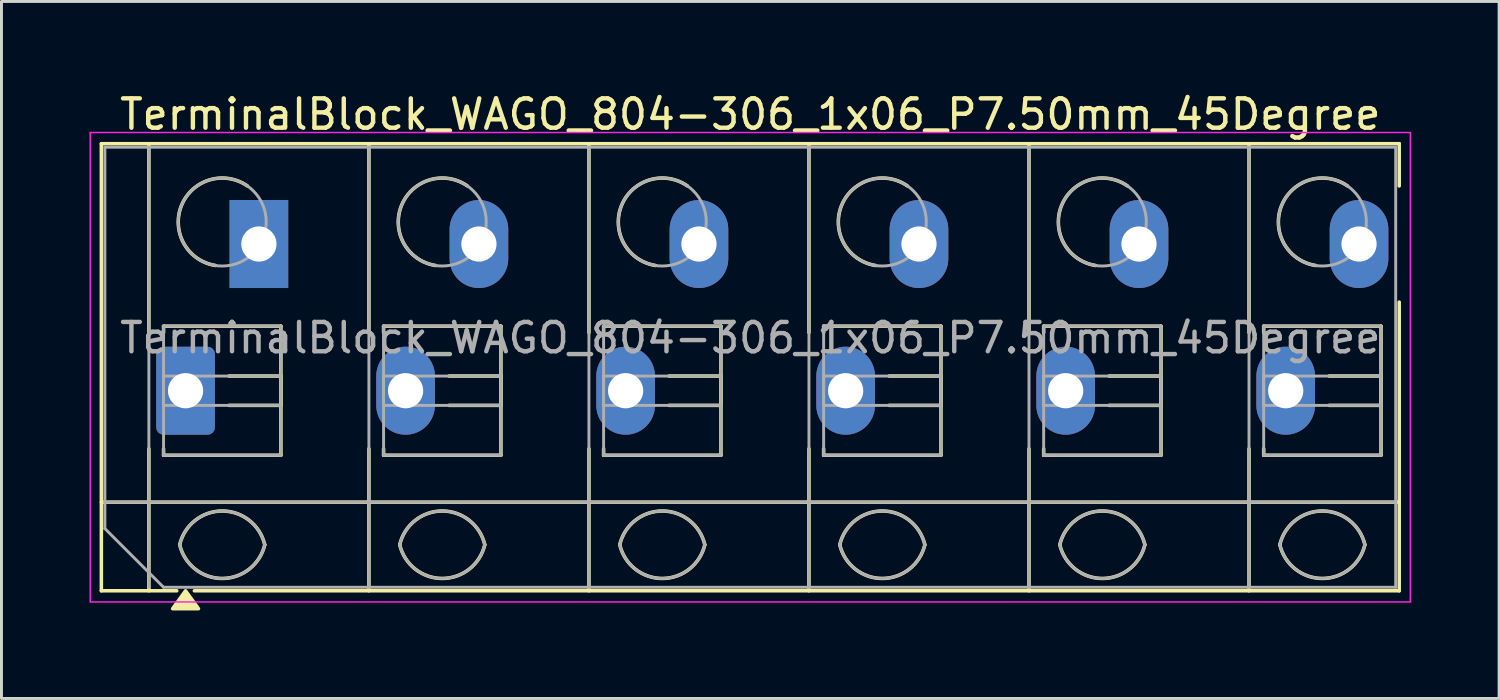
<source format=kicad_pcb>
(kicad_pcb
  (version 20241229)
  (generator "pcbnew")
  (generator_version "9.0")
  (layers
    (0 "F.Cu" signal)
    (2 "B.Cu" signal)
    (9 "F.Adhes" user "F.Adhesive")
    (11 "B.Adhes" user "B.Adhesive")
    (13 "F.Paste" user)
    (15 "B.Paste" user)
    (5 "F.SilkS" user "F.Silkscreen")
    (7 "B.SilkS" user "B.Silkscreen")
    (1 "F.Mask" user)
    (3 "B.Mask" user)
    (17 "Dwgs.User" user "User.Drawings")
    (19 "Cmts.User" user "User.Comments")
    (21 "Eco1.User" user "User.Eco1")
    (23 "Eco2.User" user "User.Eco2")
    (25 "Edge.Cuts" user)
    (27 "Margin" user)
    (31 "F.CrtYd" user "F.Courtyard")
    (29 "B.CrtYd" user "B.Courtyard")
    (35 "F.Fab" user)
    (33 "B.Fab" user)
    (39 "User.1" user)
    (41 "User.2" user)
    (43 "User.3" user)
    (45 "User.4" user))
  (footprint "TerminalBlock_WAGO_804-306_1x06_P7.50mm_45Degree"
    (layer "F.Cu")
    (at 3.275 10.268)
    (property "Reference" "TerminalBlock_WAGO_804-306_1x06_P7.50mm_45Degree" (at 19.25 -9.42 0) (layer "F.SilkS") (effects (font (size 1 1) (thickness 0.15))))
    (attr through_hole)
    (fp_line (start -2.87 -8.42) (end -2.87 6.82) (stroke (width 0.12) (type solid)) (layer "F.SilkS"))
    (fp_line (start -2.87 -8.42) (end 41.37 -8.42) (stroke (width 0.12) (type solid)) (layer "F.SilkS"))
    (fp_line (start -2.87 3.8) (end 41.37 3.8) (stroke (width 0.12) (type solid)) (layer "F.SilkS"))
    (fp_line (start -2.87 6.82) (end -0.3 6.82) (stroke (width 0.12) (type solid)) (layer "F.SilkS"))
    (fp_line (start -1.25 -8.42) (end -1.25 -1.98) (stroke (width 0.12) (type solid)) (layer "F.SilkS"))
    (fp_line (start -1.25 1.98) (end -1.25 6.82) (stroke (width 0.12) (type solid)) (layer "F.SilkS"))
    (fp_line (start -0.75 -2.2) (end -0.75 -1.98) (stroke (width 0.12) (type solid)) (layer "F.SilkS"))
    (fp_line (start -0.75 -2.2) (end 3.25 -2.2) (stroke (width 0.12) (type solid)) (layer "F.SilkS"))
    (fp_line (start -0.75 1.98) (end -0.75 2.2) (stroke (width 0.12) (type solid)) (layer "F.SilkS"))
    (fp_line (start -0.75 2.2) (end 3.25 2.2) (stroke (width 0.12) (type solid)) (layer "F.SilkS"))
    (fp_line (start 0.3 6.82) (end 41.37 6.82) (stroke (width 0.12) (type solid)) (layer "F.SilkS"))
    (fp_line (start 1.48 -0.5) (end 3.25 -0.5) (stroke (width 0.12) (type solid)) (layer "F.SilkS"))
    (fp_line (start 1.48 0.5) (end 3.25 0.5) (stroke (width 0.12) (type solid)) (layer "F.SilkS"))
    (fp_line (start 3.25 -2.2) (end 3.25 2.2) (stroke (width 0.12) (type solid)) (layer "F.SilkS"))
    (fp_line (start 3.25 -0.5) (end 3.25 0.5) (stroke (width 0.12) (type solid)) (layer "F.SilkS"))
    (fp_line (start 6.25 -8.42) (end 6.25 -1.98) (stroke (width 0.12) (type solid)) (layer "F.SilkS"))
    (fp_line (start 6.25 1.98) (end 6.25 6.82) (stroke (width 0.12) (type solid)) (layer "F.SilkS"))
    (fp_line (start 6.75 -2.2) (end 6.75 -1.98) (stroke (width 0.12) (type solid)) (layer "F.SilkS"))
    (fp_line (start 6.75 -2.2) (end 10.75 -2.2) (stroke (width 0.12) (type solid)) (layer "F.SilkS"))
    (fp_line (start 6.75 1.98) (end 6.75 2.2) (stroke (width 0.12) (type solid)) (layer "F.SilkS"))
    (fp_line (start 6.75 2.2) (end 10.75 2.2) (stroke (width 0.12) (type solid)) (layer "F.SilkS"))
    (fp_line (start 8.98 -0.5) (end 10.75 -0.5) (stroke (width 0.12) (type solid)) (layer "F.SilkS"))
    (fp_line (start 8.98 0.5) (end 10.75 0.5) (stroke (width 0.12) (type solid)) (layer "F.SilkS"))
    (fp_line (start 10.75 -2.2) (end 10.75 2.2) (stroke (width 0.12) (type solid)) (layer "F.SilkS"))
    (fp_line (start 10.75 -0.5) (end 10.75 0.5) (stroke (width 0.12) (type solid)) (layer "F.SilkS"))
    (fp_line (start 13.75 -8.42) (end 13.75 -1.98) (stroke (width 0.12) (type solid)) (layer "F.SilkS"))
    (fp_line (start 13.75 1.98) (end 13.75 6.82) (stroke (width 0.12) (type solid)) (layer "F.SilkS"))
    (fp_line (start 14.25 -2.2) (end 14.25 -1.98) (stroke (width 0.12) (type solid)) (layer "F.SilkS"))
    (fp_line (start 14.25 -2.2) (end 18.25 -2.2) (stroke (width 0.12) (type solid)) (layer "F.SilkS"))
    (fp_line (start 14.25 1.98) (end 14.25 2.2) (stroke (width 0.12) (type solid)) (layer "F.SilkS"))
    (fp_line (start 14.25 2.2) (end 18.25 2.2) (stroke (width 0.12) (type solid)) (layer "F.SilkS"))
    (fp_line (start 16.48 -0.5) (end 18.25 -0.5) (stroke (width 0.12) (type solid)) (layer "F.SilkS"))
    (fp_line (start 16.48 0.5) (end 18.25 0.5) (stroke (width 0.12) (type solid)) (layer "F.SilkS"))
    (fp_line (start 18.25 -2.2) (end 18.25 2.2) (stroke (width 0.12) (type solid)) (layer "F.SilkS"))
    (fp_line (start 18.25 -0.5) (end 18.25 0.5) (stroke (width 0.12) (type solid)) (layer "F.SilkS"))
    (fp_line (start 21.25 -8.42) (end 21.25 -1.98) (stroke (width 0.12) (type solid)) (layer "F.SilkS"))
    (fp_line (start 21.25 1.98) (end 21.25 6.82) (stroke (width 0.12) (type solid)) (layer "F.SilkS"))
    (fp_line (start 21.75 -2.2) (end 21.75 -1.98) (stroke (width 0.12) (type solid)) (layer "F.SilkS"))
    (fp_line (start 21.75 -2.2) (end 25.75 -2.2) (stroke (width 0.12) (type solid)) (layer "F.SilkS"))
    (fp_line (start 21.75 1.98) (end 21.75 2.2) (stroke (width 0.12) (type solid)) (layer "F.SilkS"))
    (fp_line (start 21.75 2.2) (end 25.75 2.2) (stroke (width 0.12) (type solid)) (layer "F.SilkS"))
    (fp_line (start 23.98 -0.5) (end 25.75 -0.5) (stroke (width 0.12) (type solid)) (layer "F.SilkS"))
    (fp_line (start 23.98 0.5) (end 25.75 0.5) (stroke (width 0.12) (type solid)) (layer "F.SilkS"))
    (fp_line (start 25.75 -2.2) (end 25.75 2.2) (stroke (width 0.12) (type solid)) (layer "F.SilkS"))
    (fp_line (start 25.75 -0.5) (end 25.75 0.5) (stroke (width 0.12) (type solid)) (layer "F.SilkS"))
    (fp_line (start 28.75 -8.42) (end 28.75 -1.98) (stroke (width 0.12) (type solid)) (layer "F.SilkS"))
    (fp_line (start 28.75 1.98) (end 28.75 6.82) (stroke (width 0.12) (type solid)) (layer "F.SilkS"))
    (fp_line (start 29.25 -2.2) (end 29.25 -1.98) (stroke (width 0.12) (type solid)) (layer "F.SilkS"))
    (fp_line (start 29.25 -2.2) (end 33.25 -2.2) (stroke (width 0.12) (type solid)) (layer "F.SilkS"))
    (fp_line (start 29.25 1.98) (end 29.25 2.2) (stroke (width 0.12) (type solid)) (layer "F.SilkS"))
    (fp_line (start 29.25 2.2) (end 33.25 2.2) (stroke (width 0.12) (type solid)) (layer "F.SilkS"))
    (fp_line (start 31.48 -0.5) (end 33.25 -0.5) (stroke (width 0.12) (type solid)) (layer "F.SilkS"))
    (fp_line (start 31.48 0.5) (end 33.25 0.5) (stroke (width 0.12) (type solid)) (layer "F.SilkS"))
    (fp_line (start 33.25 -2.2) (end 33.25 2.2) (stroke (width 0.12) (type solid)) (layer "F.SilkS"))
    (fp_line (start 33.25 -0.5) (end 33.25 0.5) (stroke (width 0.12) (type solid)) (layer "F.SilkS"))
    (fp_line (start 36.25 -8.42) (end 36.25 -1.98) (stroke (width 0.12) (type solid)) (layer "F.SilkS"))
    (fp_line (start 36.25 1.98) (end 36.25 6.82) (stroke (width 0.12) (type solid)) (layer "F.SilkS"))
    (fp_line (start 36.75 -2.2) (end 36.75 -1.98) (stroke (width 0.12) (type solid)) (layer "F.SilkS"))
    (fp_line (start 36.75 -2.2) (end 40.75 -2.2) (stroke (width 0.12) (type solid)) (layer "F.SilkS"))
    (fp_line (start 36.75 1.98) (end 36.75 2.2) (stroke (width 0.12) (type solid)) (layer "F.SilkS"))
    (fp_line (start 36.75 2.2) (end 40.75 2.2) (stroke (width 0.12) (type solid)) (layer "F.SilkS"))
    (fp_line (start 38.98 -0.5) (end 40.75 -0.5) (stroke (width 0.12) (type solid)) (layer "F.SilkS"))
    (fp_line (start 38.98 0.5) (end 40.75 0.5) (stroke (width 0.12) (type solid)) (layer "F.SilkS"))
    (fp_line (start 40.75 -2.2) (end 40.75 2.2) (stroke (width 0.12) (type solid)) (layer "F.SilkS"))
    (fp_line (start 40.75 -0.5) (end 40.75 0.5) (stroke (width 0.12) (type solid)) (layer "F.SilkS"))
    (fp_line (start 41.37 -8.42) (end 41.37 -6.98) (stroke (width 0.12) (type solid)) (layer "F.SilkS"))
    (fp_line (start 41.37 -3.02) (end 41.37 6.82) (stroke (width 0.12) (type solid)) (layer "F.SilkS"))
    (fp_arc (start -0.199942 5.249753) (mid 1.250127 4.099899) (end 2.7 5.25) (stroke (width 0.12) (type solid)) (layer "F.SilkS"))
    (fp_arc (start 1.02 -4.268) (mid -0.141815 -6.308637) (end 2.10843 -6.979765) (stroke (width 0.12) (type solid)) (layer "F.SilkS"))
    (fp_arc (start 2.7 5.25) (mid 1.250127 6.400101) (end -0.199942 5.250247) (stroke (width 0.12) (type solid)) (layer "F.SilkS"))
    (fp_arc (start 7.300058 5.249753) (mid 8.750127 4.099899) (end 10.2 5.25) (stroke (width 0.12) (type solid)) (layer "F.SilkS"))
    (fp_arc (start 8.52 -4.268) (mid 7.358185 -6.308637) (end 9.60843 -6.979765) (stroke (width 0.12) (type solid)) (layer "F.SilkS"))
    (fp_arc (start 10.2 5.25) (mid 8.750127 6.400101) (end 7.300058 5.250247) (stroke (width 0.12) (type solid)) (layer "F.SilkS"))
    (fp_arc (start 14.800058 5.249753) (mid 16.250127 4.099899) (end 17.7 5.25) (stroke (width 0.12) (type solid)) (layer "F.SilkS"))
    (fp_arc (start 16.02 -4.268) (mid 14.858185 -6.308637) (end 17.10843 -6.979765) (stroke (width 0.12) (type solid)) (layer "F.SilkS"))
    (fp_arc (start 17.7 5.25) (mid 16.250127 6.400101) (end 14.800058 5.250247) (stroke (width 0.12) (type solid)) (layer "F.SilkS"))
    (fp_arc (start 22.300058 5.249753) (mid 23.750127 4.099899) (end 25.2 5.25) (stroke (width 0.12) (type solid)) (layer "F.SilkS"))
    (fp_arc (start 23.52 -4.268) (mid 22.358185 -6.308637) (end 24.60843 -6.979765) (stroke (width 0.12) (type solid)) (layer "F.SilkS"))
    (fp_arc (start 25.2 5.25) (mid 23.750127 6.400101) (end 22.300058 5.250247) (stroke (width 0.12) (type solid)) (layer "F.SilkS"))
    (fp_arc (start 29.800058 5.249753) (mid 31.250127 4.099899) (end 32.7 5.25) (stroke (width 0.12) (type solid)) (layer "F.SilkS"))
    (fp_arc (start 31.02 -4.268) (mid 29.858185 -6.308637) (end 32.10843 -6.979765) (stroke (width 0.12) (type solid)) (layer "F.SilkS"))
    (fp_arc (start 32.7 5.25) (mid 31.250127 6.400101) (end 29.800058 5.250247) (stroke (width 0.12) (type solid)) (layer "F.SilkS"))
    (fp_arc (start 37.300058 5.249753) (mid 38.750127 4.099899) (end 40.2 5.25) (stroke (width 0.12) (type solid)) (layer "F.SilkS"))
    (fp_arc (start 38.52 -4.268) (mid 37.358185 -6.308637) (end 39.60843 -6.979765) (stroke (width 0.12) (type solid)) (layer "F.SilkS"))
    (fp_arc (start 40.2 5.25) (mid 38.750127 6.400101) (end 37.300058 5.250247) (stroke (width 0.12) (type solid)) (layer "F.SilkS"))
    (fp_poly (pts (xy 0 6.82) (xy 0.44 7.43) (xy -0.44 7.43)) (stroke (width 0.12) (type solid)) (fill yes) (layer "F.SilkS"))
    (fp_line (start -3.25 -8.8) (end -3.25 7.2) (stroke (width 0.05) (type solid)) (layer "F.CrtYd"))
    (fp_line (start -3.25 7.2) (end 41.75 7.2) (stroke (width 0.05) (type solid)) (layer "F.CrtYd"))
    (fp_line (start 41.75 -8.8) (end -3.25 -8.8) (stroke (width 0.05) (type solid)) (layer "F.CrtYd"))
    (fp_line (start 41.75 7.2) (end 41.75 -8.8) (stroke (width 0.05) (type solid)) (layer "F.CrtYd"))
    (fp_line (start -2.75 -8.3) (end 41.25 -8.3) (stroke (width 0.1) (type solid)) (layer "F.Fab"))
    (fp_line (start -2.75 3.8) (end 41.25 3.8) (stroke (width 0.1) (type solid)) (layer "F.Fab"))
    (fp_line (start -2.75 4.7) (end -2.75 -8.3) (stroke (width 0.1) (type solid)) (layer "F.Fab"))
    (fp_line (start -1.25 -8.3) (end -1.25 6.7) (stroke (width 0.1) (type solid)) (layer "F.Fab"))
    (fp_line (start -0.75 -2.2) (end -0.75 2.2) (stroke (width 0.1) (type solid)) (layer "F.Fab"))
    (fp_line (start -0.75 -0.5) (end -0.75 0.5) (stroke (width 0.1) (type solid)) (layer "F.Fab"))
    (fp_line (start -0.75 0.5) (end 3.25 0.5) (stroke (width 0.1) (type solid)) (layer "F.Fab"))
    (fp_line (start -0.75 2.2) (end 3.25 2.2) (stroke (width 0.1) (type solid)) (layer "F.Fab"))
    (fp_line (start -0.75 6.7) (end -2.75 4.7) (stroke (width 0.1) (type solid)) (layer "F.Fab"))
    (fp_line (start 3.25 -2.2) (end -0.75 -2.2) (stroke (width 0.1) (type solid)) (layer "F.Fab"))
    (fp_line (start 3.25 -0.5) (end -0.75 -0.5) (stroke (width 0.1) (type solid)) (layer "F.Fab"))
    (fp_line (start 3.25 0.5) (end 3.25 -0.5) (stroke (width 0.1) (type solid)) (layer "F.Fab"))
    (fp_line (start 3.25 2.2) (end 3.25 -2.2) (stroke (width 0.1) (type solid)) (layer "F.Fab"))
    (fp_line (start 6.25 -8.3) (end 6.25 6.7) (stroke (width 0.1) (type solid)) (layer "F.Fab"))
    (fp_line (start 6.75 -2.2) (end 6.75 2.2) (stroke (width 0.1) (type solid)) (layer "F.Fab"))
    (fp_line (start 6.75 -0.5) (end 6.75 0.5) (stroke (width 0.1) (type solid)) (layer "F.Fab"))
    (fp_line (start 6.75 0.5) (end 10.75 0.5) (stroke (width 0.1) (type solid)) (layer "F.Fab"))
    (fp_line (start 6.75 2.2) (end 10.75 2.2) (stroke (width 0.1) (type solid)) (layer "F.Fab"))
    (fp_line (start 10.75 -2.2) (end 6.75 -2.2) (stroke (width 0.1) (type solid)) (layer "F.Fab"))
    (fp_line (start 10.75 -0.5) (end 6.75 -0.5) (stroke (width 0.1) (type solid)) (layer "F.Fab"))
    (fp_line (start 10.75 0.5) (end 10.75 -0.5) (stroke (width 0.1) (type solid)) (layer "F.Fab"))
    (fp_line (start 10.75 2.2) (end 10.75 -2.2) (stroke (width 0.1) (type solid)) (layer "F.Fab"))
    (fp_line (start 13.75 -8.3) (end 13.75 6.7) (stroke (width 0.1) (type solid)) (layer "F.Fab"))
    (fp_line (start 14.25 -2.2) (end 14.25 2.2) (stroke (width 0.1) (type solid)) (layer "F.Fab"))
    (fp_line (start 14.25 -0.5) (end 14.25 0.5) (stroke (width 0.1) (type solid)) (layer "F.Fab"))
    (fp_line (start 14.25 0.5) (end 18.25 0.5) (stroke (width 0.1) (type solid)) (layer "F.Fab"))
    (fp_line (start 14.25 2.2) (end 18.25 2.2) (stroke (width 0.1) (type solid)) (layer "F.Fab"))
    (fp_line (start 18.25 -2.2) (end 14.25 -2.2) (stroke (width 0.1) (type solid)) (layer "F.Fab"))
    (fp_line (start 18.25 -0.5) (end 14.25 -0.5) (stroke (width 0.1) (type solid)) (layer "F.Fab"))
    (fp_line (start 18.25 0.5) (end 18.25 -0.5) (stroke (width 0.1) (type solid)) (layer "F.Fab"))
    (fp_line (start 18.25 2.2) (end 18.25 -2.2) (stroke (width 0.1) (type solid)) (layer "F.Fab"))
    (fp_line (start 21.25 -8.3) (end 21.25 6.7) (stroke (width 0.1) (type solid)) (layer "F.Fab"))
    (fp_line (start 21.75 -2.2) (end 21.75 2.2) (stroke (width 0.1) (type solid)) (layer "F.Fab"))
    (fp_line (start 21.75 -0.5) (end 21.75 0.5) (stroke (width 0.1) (type solid)) (layer "F.Fab"))
    (fp_line (start 21.75 0.5) (end 25.75 0.5) (stroke (width 0.1) (type solid)) (layer "F.Fab"))
    (fp_line (start 21.75 2.2) (end 25.75 2.2) (stroke (width 0.1) (type solid)) (layer "F.Fab"))
    (fp_line (start 25.75 -2.2) (end 21.75 -2.2) (stroke (width 0.1) (type solid)) (layer "F.Fab"))
    (fp_line (start 25.75 -0.5) (end 21.75 -0.5) (stroke (width 0.1) (type solid)) (layer "F.Fab"))
    (fp_line (start 25.75 0.5) (end 25.75 -0.5) (stroke (width 0.1) (type solid)) (layer "F.Fab"))
    (fp_line (start 25.75 2.2) (end 25.75 -2.2) (stroke (width 0.1) (type solid)) (layer "F.Fab"))
    (fp_line (start 28.75 -8.3) (end 28.75 6.7) (stroke (width 0.1) (type solid)) (layer "F.Fab"))
    (fp_line (start 29.25 -2.2) (end 29.25 2.2) (stroke (width 0.1) (type solid)) (layer "F.Fab"))
    (fp_line (start 29.25 -0.5) (end 29.25 0.5) (stroke (width 0.1) (type solid)) (layer "F.Fab"))
    (fp_line (start 29.25 0.5) (end 33.25 0.5) (stroke (width 0.1) (type solid)) (layer "F.Fab"))
    (fp_line (start 29.25 2.2) (end 33.25 2.2) (stroke (width 0.1) (type solid)) (layer "F.Fab"))
    (fp_line (start 33.25 -2.2) (end 29.25 -2.2) (stroke (width 0.1) (type solid)) (layer "F.Fab"))
    (fp_line (start 33.25 -0.5) (end 29.25 -0.5) (stroke (width 0.1) (type solid)) (layer "F.Fab"))
    (fp_line (start 33.25 0.5) (end 33.25 -0.5) (stroke (width 0.1) (type solid)) (layer "F.Fab"))
    (fp_line (start 33.25 2.2) (end 33.25 -2.2) (stroke (width 0.1) (type solid)) (layer "F.Fab"))
    (fp_line (start 36.25 -8.3) (end 36.25 6.7) (stroke (width 0.1) (type solid)) (layer "F.Fab"))
    (fp_line (start 36.75 -2.2) (end 36.75 2.2) (stroke (width 0.1) (type solid)) (layer "F.Fab"))
    (fp_line (start 36.75 -0.5) (end 36.75 0.5) (stroke (width 0.1) (type solid)) (layer "F.Fab"))
    (fp_line (start 36.75 0.5) (end 40.75 0.5) (stroke (width 0.1) (type solid)) (layer "F.Fab"))
    (fp_line (start 36.75 2.2) (end 40.75 2.2) (stroke (width 0.1) (type solid)) (layer "F.Fab"))
    (fp_line (start 40.75 -2.2) (end 36.75 -2.2) (stroke (width 0.1) (type solid)) (layer "F.Fab"))
    (fp_line (start 40.75 -0.5) (end 36.75 -0.5) (stroke (width 0.1) (type solid)) (layer "F.Fab"))
    (fp_line (start 40.75 0.5) (end 40.75 -0.5) (stroke (width 0.1) (type solid)) (layer "F.Fab"))
    (fp_line (start 40.75 2.2) (end 40.75 -2.2) (stroke (width 0.1) (type solid)) (layer "F.Fab"))
    (fp_line (start 41.25 -8.3) (end 41.25 6.7) (stroke (width 0.1) (type solid)) (layer "F.Fab"))
    (fp_line (start 41.25 6.7) (end -0.75 6.7) (stroke (width 0.1) (type solid)) (layer "F.Fab"))
    (fp_arc (start -0.200386 5.251649) (mid 1.249153 4.100672) (end 2.7 5.25) (stroke (width 0.1) (type solid)) (layer "F.Fab"))
    (fp_arc (start 2.7 5.25) (mid 1.250127 6.400101) (end -0.199942 5.250247) (stroke (width 0.1) (type solid)) (layer "F.Fab"))
    (fp_arc (start 7.299614 5.251649) (mid 8.749153 4.100672) (end 10.2 5.25) (stroke (width 0.1) (type solid)) (layer "F.Fab"))
    (fp_arc (start 10.2 5.25) (mid 8.750127 6.400101) (end 7.300058 5.250247) (stroke (width 0.1) (type solid)) (layer "F.Fab"))
    (fp_arc (start 14.799614 5.251649) (mid 16.249153 4.100672) (end 17.7 5.25) (stroke (width 0.1) (type solid)) (layer "F.Fab"))
    (fp_arc (start 17.7 5.25) (mid 16.250127 6.400101) (end 14.800058 5.250247) (stroke (width 0.1) (type solid)) (layer "F.Fab"))
    (fp_arc (start 22.299614 5.251649) (mid 23.749153 4.100672) (end 25.2 5.25) (stroke (width 0.1) (type solid)) (layer "F.Fab"))
    (fp_arc (start 25.2 5.25) (mid 23.750127 6.400101) (end 22.300058 5.250247) (stroke (width 0.1) (type solid)) (layer "F.Fab"))
    (fp_arc (start 29.798718 5.251205) (mid 31.249381 4.099698) (end 32.701 5.25) (stroke (width 0.1) (type solid)) (layer "F.Fab"))
    (fp_arc (start 32.701 5.25) (mid 31.250355 6.401074) (end 29.799162 5.250691) (stroke (width 0.1) (type solid)) (layer "F.Fab"))
    (fp_arc (start 37.299614 5.251649) (mid 38.749153 4.100672) (end 40.2 5.25) (stroke (width 0.1) (type solid)) (layer "F.Fab"))
    (fp_arc (start 40.2 5.25) (mid 38.750127 6.400101) (end 37.300058 5.250247) (stroke (width 0.1) (type solid)) (layer "F.Fab"))
    (fp_circle (center 1.25 -5.75) (end 2.75 -5.75) (stroke (width 0.1) (type solid)) (fill no) (layer "F.Fab"))
    (fp_circle (center 8.75 -5.75) (end 10.25 -5.75) (stroke (width 0.1) (type solid)) (fill no) (layer "F.Fab"))
    (fp_circle (center 16.25 -5.75) (end 17.75 -5.75) (stroke (width 0.1) (type solid)) (fill no) (layer "F.Fab"))
    (fp_circle (center 23.75 -5.75) (end 25.25 -5.75) (stroke (width 0.1) (type solid)) (fill no) (layer "F.Fab"))
    (fp_circle (center 31.25 -5.75) (end 32.75 -5.75) (stroke (width 0.1) (type solid)) (fill no) (layer "F.Fab"))
    (fp_circle (center 38.75 -5.75) (end 40.25 -5.75) (stroke (width 0.1) (type solid)) (fill no) (layer "F.Fab"))
    (fp_text user "${REFERENCE}" (at 19.25 -1.8 0) (layer "F.Fab") (effects (font (size 1 1) (thickness 0.15))))
    (pad "1" thru_hole roundrect (at 0 0) (size 2 3) (drill 1.2) (layers "*.Cu" "*.Mask") (roundrect_rratio 0.125))
    (pad "1" thru_hole rect (at 2.5 -5) (size 2 3) (drill 1.2) (layers "*.Cu" "*.Mask"))
    (pad "2" thru_hole oval (at 7.5 0) (size 2 3) (drill 1.2) (layers "*.Cu" "*.Mask"))
    (pad "2" thru_hole oval (at 10 -5) (size 2 3) (drill 1.2) (layers "*.Cu" "*.Mask"))
    (pad "3" thru_hole oval (at 15 0) (size 2 3) (drill 1.2) (layers "*.Cu" "*.Mask"))
    (pad "3" thru_hole oval (at 17.5 -5) (size 2 3) (drill 1.2) (layers "*.Cu" "*.Mask"))
    (pad "4" thru_hole oval (at 22.5 0) (size 2 3) (drill 1.2) (layers "*.Cu" "*.Mask"))
    (pad "4" thru_hole oval (at 25 -5) (size 2 3) (drill 1.2) (layers "*.Cu" "*.Mask"))
    (pad "5" thru_hole oval (at 30 0) (size 2 3) (drill 1.2) (layers "*.Cu" "*.Mask"))
    (pad "5" thru_hole oval (at 32.5 -5) (size 2 3) (drill 1.2) (layers "*.Cu" "*.Mask"))
    (pad "6" thru_hole oval (at 37.5 0) (size 2 3) (drill 1.2) (layers "*.Cu" "*.Mask"))
    (pad "6" thru_hole oval (at 40 -5) (size 2 3) (drill 1.2) (layers "*.Cu" "*.Mask")))
  (gr_rect
    (start -3 -3)
    (end 48.05 20.758)
    (stroke (width 0.1) (type default))
    (fill no)
    (layer "Edge.Cuts")))
</source>
